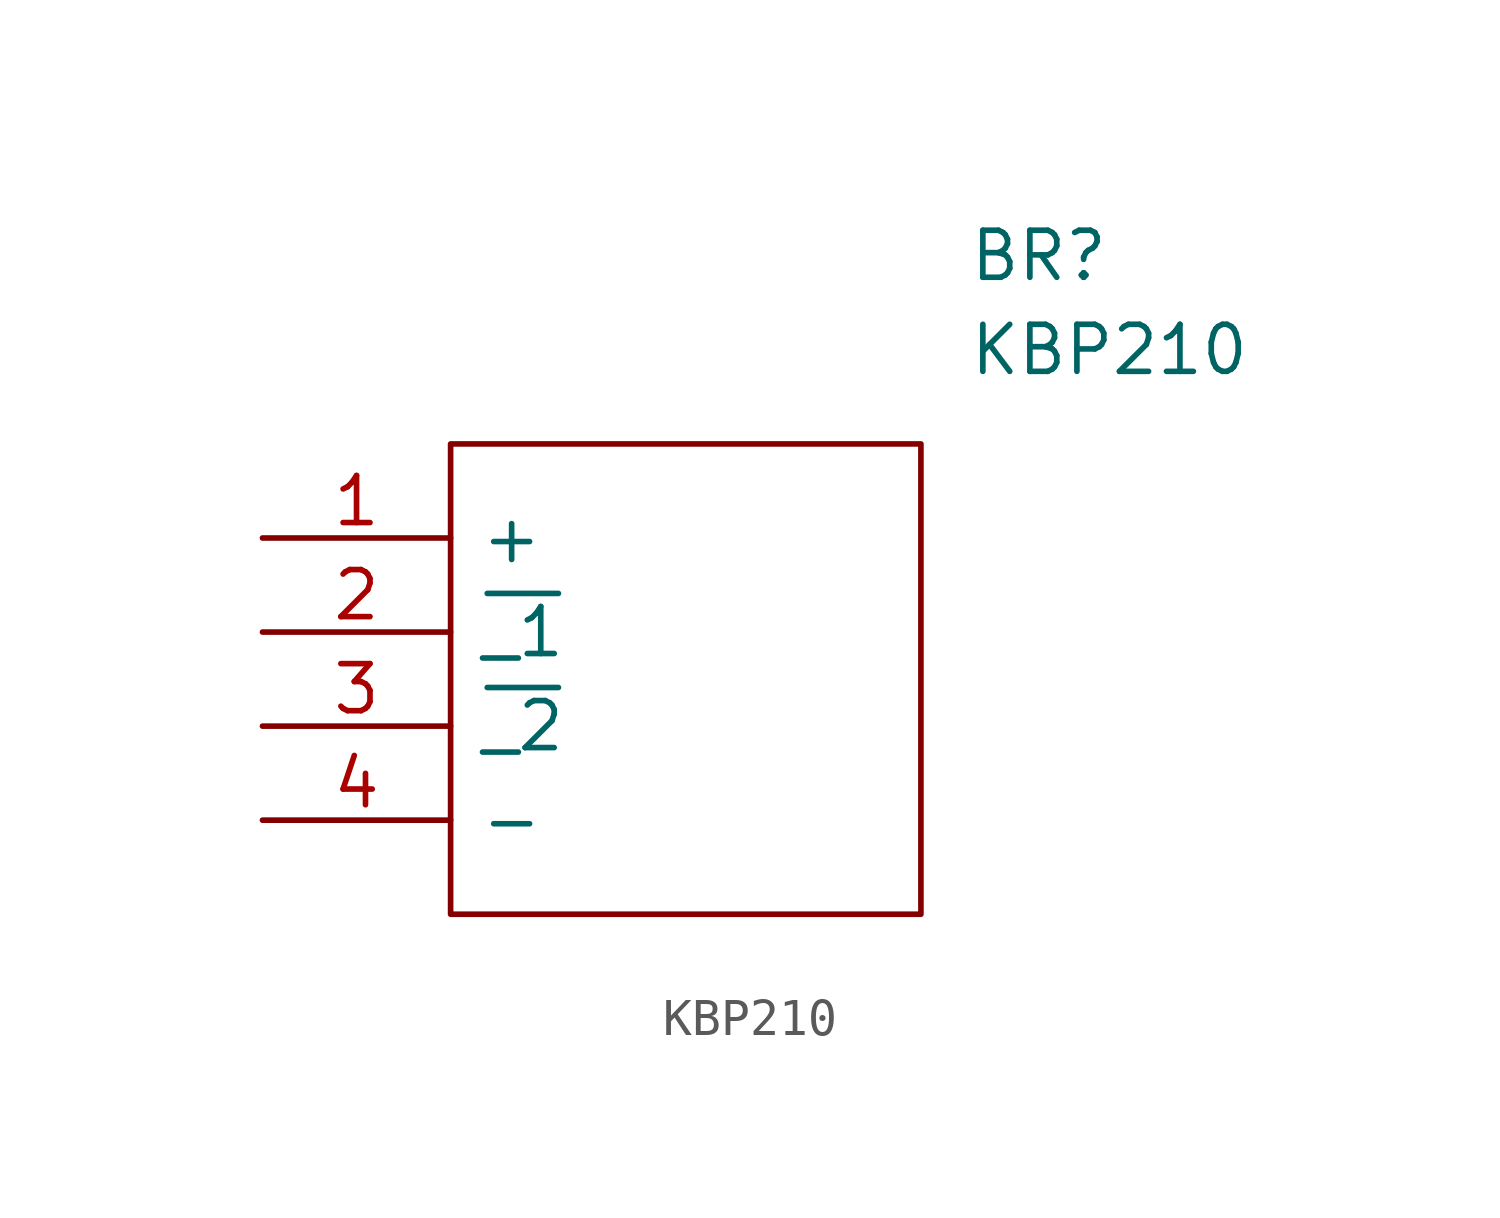
<source format=kicad_sym>
(kicad_symbol_lib
  (version 20211014)
  (generator kicad_symbol_editor)
  (symbol "KBP210"
    (pin_names
      (offset 0.762))
    (property "Reference" "BR"
      (at 19.05 7.62 0)
      (effects (font (size 1.27 1.27)) (justify left)))
    (property "Value" "KBP210"
      (at 19.05 5.08 0)
      (effects (font (size 1.27 1.27)) (justify left)))
    (symbol "KBP210_0_0"
      (pin passive line (at 0 0 0) (length 5.08) (name "+" (effects (font (size 1.27 1.27)))) (number "1" (effects (font (size 1.27 1.27)))))
      (pin passive line (at 0 -2.54 0) (length 5.08) (name "~{_1}" (effects (font (size 1.27 1.27)))) (number "2" (effects (font (size 1.27 1.27)))))
      (pin passive line (at 0 -5.08 0) (length 5.08) (name "~{_2}" (effects (font (size 1.27 1.27)))) (number "3" (effects (font (size 1.27 1.27)))))
      (pin passive line (at 0 -7.62 0) (length 5.08) (name "-" (effects (font (size 1.27 1.27)))) (number "4" (effects (font (size 1.27 1.27))))))
    (symbol "KBP210_0_1"
      (polyline (pts (xy 5.08 2.54) (xy 17.78 2.54) (xy 17.78 -10.16) (xy 5.08 -10.16) (xy 5.08 2.54)) (stroke (width 0.152) (type default) (color 0 0 0 0)) (fill (type none))))))
</source>
